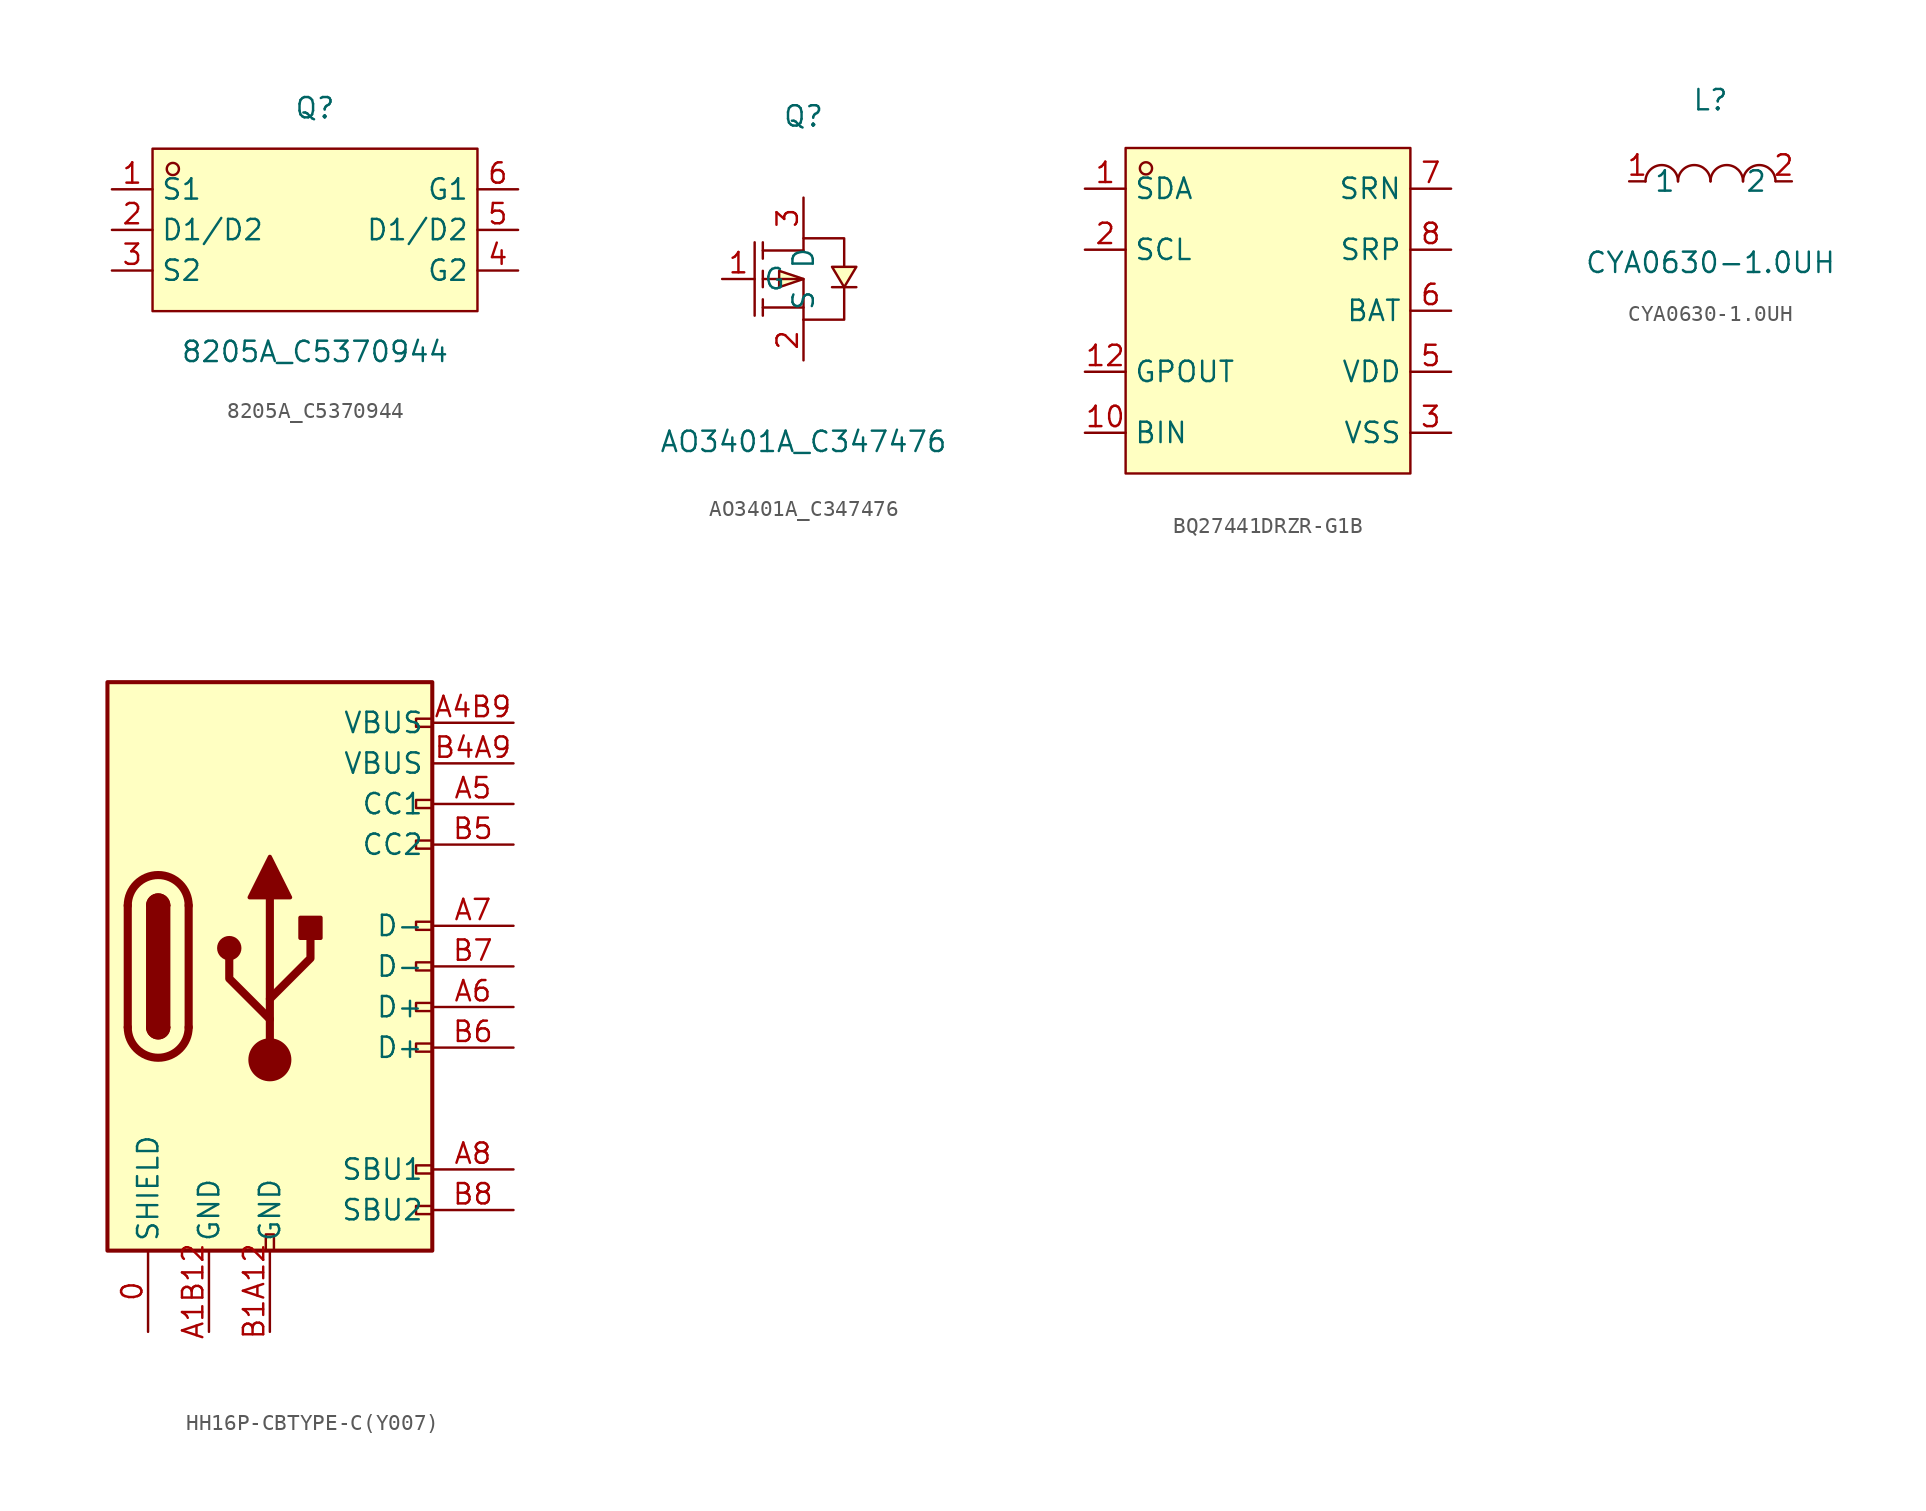
<source format=kicad_sym>
(kicad_symbol_lib
  (version 20241209)
  (generator "kicad_symbol_editor")
  (generator_version "9.0")
  (symbol "8205A_C5370944"
    (property "Reference" "Q"
      (at 0 7.62 0)
      (effects (font (size 1.27 1.27))))
    (property "Value" "8205A_C5370944"
      (at 0 -7.62 0)
      (effects (font (size 1.27 1.27))))
    (symbol "8205A_C5370944_0_1"
      (rectangle (start -10.16 5.08) (end 10.16 -5.08) (stroke (width 0) (type default)) (fill (type background)))
      (circle (center -8.89 3.81) (radius 0.38) (stroke (width 0) (type default)) (fill (type none)))
      (pin unspecified line (at -12.7 2.54 0) (length 2.54) (name "S1" (effects (font (size 1.27 1.27)))) (number "1" (effects (font (size 1.27 1.27)))))
      (pin unspecified line (at -12.7 0 0) (length 2.54) (name "D1/D2" (effects (font (size 1.27 1.27)))) (number "2" (effects (font (size 1.27 1.27)))))
      (pin unspecified line (at -12.7 -2.54 0) (length 2.54) (name "S2" (effects (font (size 1.27 1.27)))) (number "3" (effects (font (size 1.27 1.27)))))
      (pin unspecified line (at 12.7 2.54 180) (length 2.54) (name "G1" (effects (font (size 1.27 1.27)))) (number "6" (effects (font (size 1.27 1.27)))))
      (pin unspecified line (at 12.7 0 180) (length 2.54) (name "D1/D2" (effects (font (size 1.27 1.27)))) (number "5" (effects (font (size 1.27 1.27)))))
      (pin unspecified line (at 12.7 -2.54 180) (length 2.54) (name "G2" (effects (font (size 1.27 1.27)))) (number "4" (effects (font (size 1.27 1.27)))))))
  (symbol "AO3401A_C347476"
    (property "Reference" "Q"
      (at 0 10.16 0)
      (effects (font (size 1.27 1.27))))
    (property "Value" "AO3401A_C347476"
      (at 0 -10.16 0)
      (effects (font (size 1.27 1.27))))
    (symbol "AO3401A_C347476_0_1"
      (polyline (pts (xy -3.05 2.29) (xy -3.05 -2.29)) (stroke (width 0) (type default)) (fill (type none)))
      (polyline (pts (xy -2.54 1.27) (xy -2.54 2.29)) (stroke (width 0) (type default)) (fill (type none)))
      (polyline (pts (xy -2.54 0) (xy 0 0) (xy 0 -2.54)) (stroke (width 0) (type default)) (fill (type none)))
      (polyline (pts (xy -2.54 -0.51) (xy -2.54 0.51)) (stroke (width 0) (type default)) (fill (type none)))
      (polyline (pts (xy -2.54 -2.29) (xy -2.54 -1.27)) (stroke (width 0) (type default)) (fill (type none)))
      (polyline (pts (xy 0 1.78) (xy -2.54 1.78)) (stroke (width 0) (type default)) (fill (type none)))
      (polyline (pts (xy 0 1.78) (xy 0 2.54) (xy 2.54 2.54) (xy 2.54 0.76)) (stroke (width 0) (type default)) (fill (type none)))
      (polyline (pts (xy 0 0) (xy -1.52 0.51) (xy -1.52 -0.51) (xy 0 0)) (stroke (width 0) (type default)) (fill (type background)))
      (polyline (pts (xy 0 -1.78) (xy -2.54 -1.78)) (stroke (width 0) (type default)) (fill (type none)))
      (polyline (pts (xy 0 -2.54) (xy 2.54 -2.54) (xy 2.54 -0.51)) (stroke (width 0) (type default)) (fill (type none)))
      (polyline (pts (xy 2.54 -0.51) (xy 3.3 0.76) (xy 1.78 0.76) (xy 2.54 -0.51)) (stroke (width 0) (type default)) (fill (type background)))
      (polyline (pts (xy 3.3 -0.51) (xy 3.05 -0.51) (xy 2.03 -0.51) (xy 1.78 -0.51)) (stroke (width 0) (type default)) (fill (type none)))
      (pin unspecified line (at -5.08 0 0) (length 2.032) (name "G" (effects (font (size 1.27 1.27)))) (number "1" (effects (font (size 1.27 1.27)))))
      (pin unspecified line (at 0 5.08 270) (length 2.54) (name "D" (effects (font (size 1.27 1.27)))) (number "3" (effects (font (size 1.27 1.27)))))
      (pin unspecified line (at 0 -5.08 90) (length 2.54) (name "S" (effects (font (size 1.27 1.27)))) (number "2" (effects (font (size 1.27 1.27)))))))
  (symbol "BQ27441DRZR-G1B"
    (property "Reference" "U"
      (at 0 12.7 0)
      (effects (font (size 1.27 1.27)) (hide yes)))
    (symbol "BQ27441DRZR-G1B_0_1"
      (rectangle (start -8.89 10.16) (end 8.89 -10.16) (stroke (width 0) (type default)) (fill (type background)))
      (circle (center -7.62 8.89) (radius 0.38) (stroke (width 0) (type default)) (fill (type none)))
      (pin unspecified line (at -11.43 7.62 0) (length 2.54) (name "SDA" (effects (font (size 1.27 1.27)))) (number "1" (effects (font (size 1.27 1.27)))))
      (pin unspecified line (at -11.43 3.81 0) (length 2.54) (name "SCL" (effects (font (size 1.27 1.27)))) (number "2" (effects (font (size 1.27 1.27)))))
      (pin unspecified line (at -11.43 -3.81 0) (length 2.54) (name "GPOUT" (effects (font (size 1.27 1.27)))) (number "12" (effects (font (size 1.27 1.27)))))
      (pin unspecified line (at -11.43 -7.62 0) (length 2.54) (name "BIN" (effects (font (size 1.27 1.27)))) (number "10" (effects (font (size 1.27 1.27)))))
      (pin unspecified line (at 11.43 7.62 180) (length 2.54) (name "SRN" (effects (font (size 1.27 1.27)))) (number "7" (effects (font (size 1.27 1.27)))))
      (pin unspecified line (at 11.43 3.81 180) (length 2.54) (name "SRP" (effects (font (size 1.27 1.27)))) (number "8" (effects (font (size 1.27 1.27)))))
      (pin unspecified line (at 11.43 0 180) (length 2.54) (name "BAT" (effects (font (size 1.27 1.27)))) (number "6" (effects (font (size 1.27 1.27)))))
      (pin unspecified line (at 11.43 -3.81 180) (length 2.54) (name "VDD" (effects (font (size 1.27 1.27)))) (number "5" (effects (font (size 1.27 1.27)))))
      (pin unspecified line (at 11.43 -7.62 180) (length 2.54) (name "VSS" (effects (font (size 1.27 1.27)))) (number "3" (effects (font (size 1.27 1.27))))))
    (symbol "BQ27441DRZR-G1B_1_1"
      (pin unspecified line (at -6.35 12.7 270) (length 2.54) (hide yes) (name "NC" (effects (font (size 1.27 1.27)))) (number "4" (effects (font (size 1.27 1.27)))))
      (pin unspecified line (at -3.81 12.7 270) (length 2.54) (hide yes) (name "NC" (effects (font (size 1.27 1.27)))) (number "9" (effects (font (size 1.27 1.27)))))
      (pin unspecified line (at -1.27 12.7 270) (length 2.54) (hide yes) (name "NC" (effects (font (size 1.27 1.27)))) (number "11" (effects (font (size 1.27 1.27)))))
      (pin unspecified line (at 1.27 12.7 270) (length 2.54) (hide yes) (name "NC" (effects (font (size 1.27 1.27)))) (number "13" (effects (font (size 1.27 1.27)))))))
  (symbol "CYA0630-1.0UH"
    (property "Reference" "L"
      (at 0 5.08 0)
      (effects (font (size 1.27 1.27))))
    (property "Value" "CYA0630-1.0UH"
      (at 0 -5.08 0)
      (effects (font (size 1.27 1.27))))
    (symbol "CYA0630-1.0UH_0_1"
      (arc (start -4.06 -0.01) (mid -2.83 0.99) (end -2.03 0.01) (stroke (width 0) (type default)) (fill (type none)))
      (arc (start -2.03 -0.01) (mid -0.8 0.99) (end 0 0.01) (stroke (width 0) (type default)) (fill (type none)))
      (arc (start 0 -0.01) (mid 1.23 0.99) (end 2.03 0.01) (stroke (width 0) (type default)) (fill (type none)))
      (arc (start 2.03 -0.01) (mid 3.26 0.99) (end 4.06 0.01) (stroke (width 0) (type default)) (fill (type none)))
      (pin unspecified line (at -5.08 0 0) (length 1.016) (name "1" (effects (font (size 1.27 1.27)))) (number "1" (effects (font (size 1.27 1.27)))))
      (pin unspecified line (at 5.08 0 180) (length 1.016) (name "2" (effects (font (size 1.27 1.27)))) (number "2" (effects (font (size 1.27 1.27)))))))
  (symbol "HH16P-CBTYPE-C(Y007)"
    (property "Reference" "USB"
      (at 0 11.43 0)
      (effects (font (size 1.27 1.27)) (hide yes)))
    (symbol "HH16P-CBTYPE-C(Y007)_0_0"
      (rectangle (start -0.254 -17.78) (end 0.254 -16.764) (stroke (width 0) (type default)) (fill (type none)))
      (rectangle (start 10.16 15.494) (end 9.144 14.986) (stroke (width 0) (type default)) (fill (type none)))
      (rectangle (start 10.16 10.414) (end 9.144 9.906) (stroke (width 0) (type default)) (fill (type none)))
      (rectangle (start 10.16 7.874) (end 9.144 7.366) (stroke (width 0) (type default)) (fill (type none)))
      (rectangle (start 10.16 2.794) (end 9.144 2.286) (stroke (width 0) (type default)) (fill (type none)))
      (rectangle (start 10.16 0.254) (end 9.144 -0.254) (stroke (width 0) (type default)) (fill (type none)))
      (rectangle (start 10.16 -2.286) (end 9.144 -2.794) (stroke (width 0) (type default)) (fill (type none)))
      (rectangle (start 10.16 -4.826) (end 9.144 -5.334) (stroke (width 0) (type default)) (fill (type none)))
      (rectangle (start 10.16 -12.446) (end 9.144 -12.954) (stroke (width 0) (type default)) (fill (type none)))
      (rectangle (start 10.16 -14.986) (end 9.144 -15.494) (stroke (width 0) (type default)) (fill (type none))))
    (symbol "HH16P-CBTYPE-C(Y007)_0_1"
      (rectangle (start -10.16 17.78) (end 10.16 -17.78) (stroke (width 0.254) (type default)) (fill (type background)))
      (polyline (pts (xy -8.89 -3.81) (xy -8.89 3.81)) (stroke (width 0.508) (type default)) (fill (type none)))
      (rectangle (start -7.62 -3.81) (end -6.35 3.81) (stroke (width 0.254) (type default)) (fill (type outline)))
      (arc (start -7.62 3.81) (mid -6.985 4.4423) (end -6.35 3.81) (stroke (width 0.254) (type default)) (fill (type none)))
      (arc (start -7.62 3.81) (mid -6.985 4.4423) (end -6.35 3.81) (stroke (width 0.254) (type default)) (fill (type outline)))
      (arc (start -8.89 3.81) (mid -6.985 5.7067) (end -5.08 3.81) (stroke (width 0.508) (type default)) (fill (type none)))
      (arc (start -5.08 -3.81) (mid -6.985 -5.7067) (end -8.89 -3.81) (stroke (width 0.508) (type default)) (fill (type none)))
      (arc (start -6.35 -3.81) (mid -6.985 -4.4423) (end -7.62 -3.81) (stroke (width 0.254) (type default)) (fill (type none)))
      (arc (start -6.35 -3.81) (mid -6.985 -4.4423) (end -7.62 -3.81) (stroke (width 0.254) (type default)) (fill (type outline)))
      (polyline (pts (xy -5.08 3.81) (xy -5.08 -3.81)) (stroke (width 0.508) (type default)) (fill (type none)))
      (circle (center -2.54 1.143) (radius 0.635) (stroke (width 0.254) (type default)) (fill (type outline)))
      (polyline (pts (xy -1.27 4.318) (xy 0 6.858) (xy 1.27 4.318) (xy -1.27 4.318)) (stroke (width 0.254) (type default)) (fill (type outline)))
      (polyline (pts (xy 0 -2.032) (xy 2.54 0.508) (xy 2.54 1.778)) (stroke (width 0.508) (type default)) (fill (type none)))
      (polyline (pts (xy 0 -3.302) (xy -2.54 -0.762) (xy -2.54 0.508)) (stroke (width 0.508) (type default)) (fill (type none)))
      (polyline (pts (xy 0 -5.842) (xy 0 4.318)) (stroke (width 0.508) (type default)) (fill (type none)))
      (circle (center 0 -5.842) (radius 1.27) (stroke (width 0) (type default)) (fill (type outline)))
      (rectangle (start 1.905 1.778) (end 3.175 3.048) (stroke (width 0.254) (type default)) (fill (type outline))))
    (symbol "HH16P-CBTYPE-C(Y007)_1_1"
      (pin passive line (at -7.62 -22.86 90) (length 5.08) (name "SHIELD" (effects (font (size 1.27 1.27)))) (number "0" (effects (font (size 1.27 1.27)))))
      (pin passive line (at -3.81 -22.86 90) (length 5.08) (name "GND" (effects (font (size 1.27 1.27)))) (number "A1B12" (effects (font (size 1.27 1.27)))))
      (pin passive line (at 0 -22.86 90) (length 5.08) (name "GND" (effects (font (size 1.27 1.27)))) (number "B1A12" (effects (font (size 1.27 1.27)))))
      (pin passive line (at 15.24 15.24 180) (length 5.08) (name "VBUS" (effects (font (size 1.27 1.27)))) (number "A4B9" (effects (font (size 1.27 1.27)))))
      (pin passive line (at 15.24 12.7 180) (length 5.08) (name "VBUS" (effects (font (size 1.27 1.27)))) (number "B4A9" (effects (font (size 1.27 1.27)))))
      (pin bidirectional line (at 15.24 10.16 180) (length 5.08) (name "CC1" (effects (font (size 1.27 1.27)))) (number "A5" (effects (font (size 1.27 1.27)))))
      (pin bidirectional line (at 15.24 7.62 180) (length 5.08) (name "CC2" (effects (font (size 1.27 1.27)))) (number "B5" (effects (font (size 1.27 1.27)))))
      (pin bidirectional line (at 15.24 2.54 180) (length 5.08) (name "D-" (effects (font (size 1.27 1.27)))) (number "A7" (effects (font (size 1.27 1.27)))))
      (pin bidirectional line (at 15.24 0 180) (length 5.08) (name "D-" (effects (font (size 1.27 1.27)))) (number "B7" (effects (font (size 1.27 1.27)))))
      (pin bidirectional line (at 15.24 -2.54 180) (length 5.08) (name "D+" (effects (font (size 1.27 1.27)))) (number "A6" (effects (font (size 1.27 1.27)))))
      (pin bidirectional line (at 15.24 -5.08 180) (length 5.08) (name "D+" (effects (font (size 1.27 1.27)))) (number "B6" (effects (font (size 1.27 1.27)))))
      (pin bidirectional line (at 15.24 -12.7 180) (length 5.08) (name "SBU1" (effects (font (size 1.27 1.27)))) (number "A8" (effects (font (size 1.27 1.27)))))
      (pin bidirectional line (at 15.24 -15.24 180) (length 5.08) (name "SBU2" (effects (font (size 1.27 1.27)))) (number "B8" (effects (font (size 1.27 1.27))))))))
</source>
